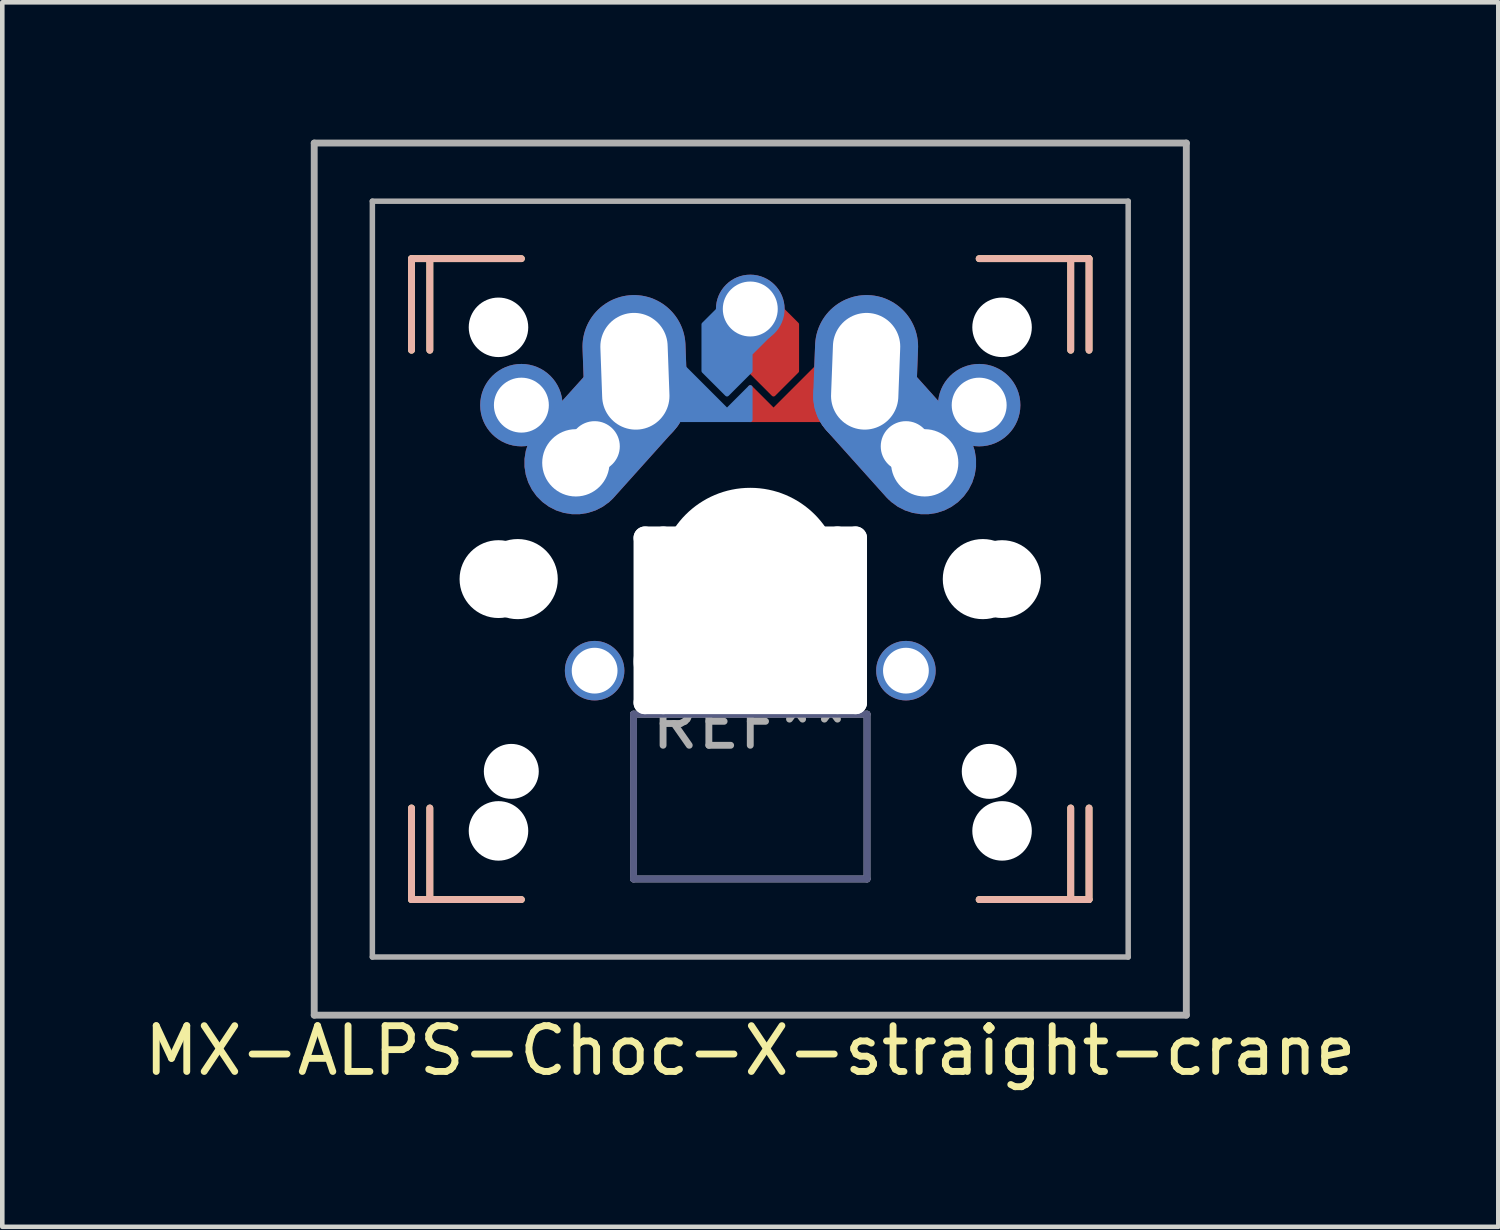
<source format=kicad_pcb>
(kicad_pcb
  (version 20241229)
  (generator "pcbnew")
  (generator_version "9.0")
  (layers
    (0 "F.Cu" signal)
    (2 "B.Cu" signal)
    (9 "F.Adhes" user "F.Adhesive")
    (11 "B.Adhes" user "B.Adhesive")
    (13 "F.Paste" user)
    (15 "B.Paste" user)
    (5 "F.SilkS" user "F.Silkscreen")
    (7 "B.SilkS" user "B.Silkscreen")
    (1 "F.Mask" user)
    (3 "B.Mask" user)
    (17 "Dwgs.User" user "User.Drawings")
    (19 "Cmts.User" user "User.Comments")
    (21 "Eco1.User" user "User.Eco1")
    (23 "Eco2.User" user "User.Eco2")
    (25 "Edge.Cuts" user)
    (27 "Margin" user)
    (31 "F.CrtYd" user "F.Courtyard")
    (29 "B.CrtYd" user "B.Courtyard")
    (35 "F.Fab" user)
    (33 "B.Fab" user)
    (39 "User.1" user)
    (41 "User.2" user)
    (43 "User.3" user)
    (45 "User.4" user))
  (footprint "MX-ALPS-Choc-X-straight-crane"
    (layer "F.Cu")
    (at 15.879 4.52)
    (property "Reference" "MX-ALPS-Choc-X-straight-crane" (at -2.54 15.38 0) (layer "F.SilkS") (effects (font (size 1 1) (thickness 0.15))))
    (attr through_hole)
    (fp_poly (pts (xy 0.076 -0.706) (xy -2.032 1.402) (xy -2.54 0.894) (xy -2.54 1.6) (xy 0.076 1.6)) (stroke (width 0.1) (type solid)) (fill yes) (layer "F.Cu"))
    (fp_poly (pts (xy -2.946 -0.254) (xy -2.54 0.152) (xy -2.54 0.533) (xy -2.032 1.041) (xy -1.524 0.533) (xy -1.524 -0.483) (xy -1.829 -0.787) (xy -2.946 -0.787)) (stroke (width 0.1) (type solid)) (fill yes) (layer "F.Cu"))
    (fp_poly (pts (xy -2.54 1.6) (xy -1.524 1.6) (xy -1.524 0.279) (xy -2.54 0.279)) (stroke (width 0.1) (type solid)) (fill yes) (layer "F.Mask"))
    (fp_poly (pts (xy -5.156 -0.706) (xy -3.048 1.402) (xy -2.54 0.894) (xy -2.54 1.6) (xy -5.156 1.6)) (stroke (width 0.1) (type solid)) (fill yes) (layer "B.Cu"))
    (fp_poly (pts (xy -2.134 -0.254) (xy -2.54 0.152) (xy -2.54 0.533) (xy -3.048 1.041) (xy -3.556 0.533) (xy -3.556 -0.483) (xy -3.251 -0.787) (xy -2.134 -0.787)) (stroke (width 0.1) (type solid)) (fill yes) (layer "B.Cu"))
    (fp_poly (pts (xy -2.54 1.6) (xy -3.556 1.6) (xy -3.556 0.279) (xy -2.54 0.279)) (stroke (width 0.1) (type solid)) (fill yes) (layer "B.Mask"))
    (fp_line (start -9.94 -1.92) (end -9.94 0.08) (stroke (width 0.15) (type solid)) (layer "F.SilkS"))
    (fp_line (start -9.94 10.08) (end -9.94 12.08) (stroke (width 0.15) (type solid)) (layer "F.SilkS"))
    (fp_line (start -9.94 12.08) (end -7.54 12.08) (stroke (width 0.15) (type solid)) (layer "F.SilkS"))
    (fp_line (start -9.54 -1.92) (end -9.54 0.08) (stroke (width 0.15) (type solid)) (layer "F.SilkS"))
    (fp_line (start -9.54 10.08) (end -9.54 12.08) (stroke (width 0.15) (type solid)) (layer "F.SilkS"))
    (fp_line (start -7.54 -1.92) (end -9.94 -1.92) (stroke (width 0.15) (type solid)) (layer "F.SilkS"))
    (fp_line (start 4.46 0.08) (end 4.46 -1.92) (stroke (width 0.15) (type solid)) (layer "F.SilkS"))
    (fp_line (start 4.46 10.08) (end 4.46 12.08) (stroke (width 0.15) (type solid)) (layer "F.SilkS"))
    (fp_line (start 4.86 -1.92) (end 2.46 -1.92) (stroke (width 0.15) (type solid)) (layer "F.SilkS"))
    (fp_line (start 4.86 0.08) (end 4.86 -1.92) (stroke (width 0.15) (type solid)) (layer "F.SilkS"))
    (fp_line (start 4.86 10.08) (end 4.86 12.08) (stroke (width 0.15) (type solid)) (layer "F.SilkS"))
    (fp_line (start 4.86 12.08) (end 2.46 12.08) (stroke (width 0.15) (type solid)) (layer "F.SilkS"))
    (fp_line (start -9.94 -1.92) (end -9.94 0.08) (stroke (width 0.15) (type solid)) (layer "B.SilkS"))
    (fp_line (start -9.94 10.08) (end -9.94 12.08) (stroke (width 0.15) (type solid)) (layer "B.SilkS"))
    (fp_line (start -9.94 12.08) (end -7.54 12.08) (stroke (width 0.15) (type solid)) (layer "B.SilkS"))
    (fp_line (start -9.54 -1.92) (end -9.54 0.08) (stroke (width 0.15) (type solid)) (layer "B.SilkS"))
    (fp_line (start -9.54 10.08) (end -9.54 12.08) (stroke (width 0.15) (type solid)) (layer "B.SilkS"))
    (fp_line (start -7.54 -1.92) (end -9.94 -1.92) (stroke (width 0.15) (type solid)) (layer "B.SilkS"))
    (fp_line (start 2.46 -1.92) (end 4.86 -1.92) (stroke (width 0.15) (type solid)) (layer "B.SilkS"))
    (fp_line (start 2.46 12.08) (end 4.86 12.08) (stroke (width 0.15) (type solid)) (layer "B.SilkS"))
    (fp_line (start 4.46 -1.92) (end 4.46 0.08) (stroke (width 0.15) (type solid)) (layer "B.SilkS"))
    (fp_line (start 4.46 12.08) (end 4.46 10.08) (stroke (width 0.15) (type solid)) (layer "B.SilkS"))
    (fp_line (start 4.86 -1.92) (end 4.86 0.08) (stroke (width 0.15) (type solid)) (layer "B.SilkS"))
    (fp_line (start 4.86 12.08) (end 4.86 10.08) (stroke (width 0.15) (type solid)) (layer "B.SilkS"))
    (fp_line (start -5.09 8.03) (end 0.01 8.03) (stroke (width 0.15) (type solid)) (layer "B.Fab"))
    (fp_line (start -5.09 11.63) (end -5.09 8.03) (stroke (width 0.15) (type solid)) (layer "B.Fab"))
    (fp_line (start 0.01 8.03) (end 0.01 11.63) (stroke (width 0.15) (type solid)) (layer "B.Fab"))
    (fp_line (start 0.01 11.63) (end -5.09 11.63) (stroke (width 0.15) (type solid)) (layer "B.Fab"))
    (fp_line (start -12.065 -4.445) (end 6.985 -4.445) (stroke (width 0.15) (type solid)) (layer "F.Fab"))
    (fp_line (start -12.065 14.605) (end -12.065 -4.445) (stroke (width 0.15) (type solid)) (layer "F.Fab"))
    (fp_line (start -10.795 -3.175) (end 5.715 -3.175) (stroke (width 0.12) (type solid)) (layer "F.Fab"))
    (fp_line (start -10.795 13.335) (end -10.795 -3.175) (stroke (width 0.12) (type solid)) (layer "F.Fab"))
    (fp_line (start -5.09 8.03) (end -5.09 11.63) (stroke (width 0.15) (type solid)) (layer "F.Fab"))
    (fp_line (start -5.09 11.63) (end 0.01 11.63) (stroke (width 0.15) (type solid)) (layer "F.Fab"))
    (fp_line (start 0.01 8.03) (end -5.09 8.03) (stroke (width 0.15) (type solid)) (layer "F.Fab"))
    (fp_line (start 0.01 11.63) (end 0.01 8.03) (stroke (width 0.15) (type solid)) (layer "F.Fab"))
    (fp_line (start 5.715 -3.175) (end 5.715 13.335) (stroke (width 0.12) (type solid)) (layer "F.Fab"))
    (fp_line (start 5.715 13.335) (end -10.795 13.335) (stroke (width 0.12) (type solid)) (layer "F.Fab"))
    (fp_line (start 6.985 -4.445) (end 6.985 14.605) (stroke (width 0.15) (type solid)) (layer "F.Fab"))
    (fp_line (start 6.985 14.605) (end -12.065 14.605) (stroke (width 0.15) (type solid)) (layer "F.Fab"))
    (fp_text user "REF**" (at -2.54 8.255 0) (layer "F.Fab") (effects (font (size 1 1) (thickness 0.15))))
    (pad "" np_thru_hole circle (at -8.04 -0.42 180) (size 1.3 1.3) (drill 1.3) (layers "*.Cu" "*.Mask"))
    (pad "" np_thru_hole circle (at -8.04 5.08 48.1) (size 1.7 1.7) (drill 1.7) (layers "*.Cu" "*.Mask"))
    (pad "" np_thru_hole circle (at -8.04 10.58) (size 1.3 1.3) (drill 1.3) (layers "*.Cu" "*.Mask"))
    (pad "" np_thru_hole circle (at -7.76 9.28 48.1) (size 1.2 1.2) (drill 1.2) (layers "*.Cu" "*.Mask"))
    (pad "" np_thru_hole circle (at -7.62 5.08 48.1) (size 1.75 1.75) (drill 1.75) (layers "*.Cu" "*.Mask"))
    (pad "" np_thru_hole oval (at -4.84 5.98) (size 0.5 4.1) (drill oval 0.5 4.1) (layers "*.Cu" "*.Mask"))
    (pad "" np_thru_hole oval (at -4.44 5.98) (size 0.5 4.1) (drill oval 0.5 4.1) (layers "*.Cu" "*.Mask"))
    (pad "" thru_hole circle (at -2.54 -0.82) (size 1.5 1.5) (drill 1.2) (layers "*.Cu" "*.Mask"))
    (pad "" np_thru_hole oval (at -2.54 4.18) (size 5.1 0.5) (drill oval 5.1 0.5) (layers "*.Cu" "*.Mask"))
    (pad "" np_thru_hole circle (at -2.54 5.08) (size 3.988 3.988) (drill 3.988) (layers "*.Cu" "*.Mask"))
    (pad "" np_thru_hole oval (at -2.54 6.88) (size 5.1 1.5) (drill oval 5.1 1.5) (layers "*.Cu" "*.Mask"))
    (pad "" np_thru_hole oval (at -2.54 7.78) (size 5.1 0.5) (drill oval 5.1 0.5) (layers "*.Cu" "*.Mask"))
    (pad "" np_thru_hole oval (at -0.635 5.979) (size 0.5 4.1) (drill oval 0.5 4.1) (layers "*.Cu" "*.Mask"))
    (pad "" np_thru_hole oval (at -0.24 5.98) (size 0.5 4.1) (drill oval 0.5 4.1) (layers "*.Cu" "*.Mask"))
    (pad "" np_thru_hole circle (at 2.54 5.08 48.1) (size 1.75 1.75) (drill 1.75) (layers "*.Cu" "*.Mask"))
    (pad "" np_thru_hole circle (at 2.68 9.28 131.9) (size 1.2 1.2) (drill 1.2) (layers "*.Cu" "*.Mask"))
    (pad "" np_thru_hole circle (at 2.96 10.58 180) (size 1.3 1.3) (drill 1.3) (layers "*.Cu" "*.Mask"))
    (pad "" np_thru_hole circle (at 2.96 -0.42) (size 1.3 1.3) (drill 1.3) (layers "*.Cu" "*.Mask"))
    (pad "" np_thru_hole circle (at 2.96 5.08 48.1) (size 1.7 1.7) (drill 1.7) (layers "*.Cu" "*.Mask"))
    (pad "1" thru_hole circle (at -5.94 7.08 180) (size 1.3 1.3) (drill 1) (layers "*.Cu" "*.Mask"))
    (pad "1" thru_hole oval (at -0.02 0.54 87.8) (size 3.33 2.25) (drill oval 2.55 1.47) (layers "*.Cu" "*.Mask"))
    (pad "1" thru_hole circle (at 0.86 2.18) (size 1.6 1.6) (drill 1.1) (layers "*.Cu" "*.Mask"))
    (pad "1" thru_hole custom (at 1.27 2.54) (size 2.25 2.25) (drill 1.47) (layers "*.Cu" "*.Mask") (options (anchor circle)) (primitives (gr_line (start -0.99 -1.74) (end 0.31 -0.29) (width 1.4)) (gr_line (start -1.613 -1.161) (end -0.313 0.289) (width 1.4)) (gr_arc (start -1.612831 -1.161515) (mid -1.59937 -1.771553) (end -0.99 -1.74) (width 1.4))))
    (pad "1" thru_hole circle (at 2.46 1.28) (size 1.8 1.8) (drill 1.2) (layers "*.Cu" "*.Mask"))
    (pad "2" thru_hole circle (at -7.54 1.28 180) (size 1.8 1.8) (drill 1.2) (layers "*.Cu" "*.Mask"))
    (pad "2" thru_hole custom (at -6.35 2.54) (size 2.25 2.25) (drill 1.47) (layers "*.Cu" "*.Mask") (options (anchor circle)) (primitives (gr_line (start 1.61 -1.16) (end 0.3 0.3) (width 1.4)) (gr_line (start 1.008 -1.758) (end -0.34 -0.26) (width 1.4)) (gr_arc (start 1.008433 -1.758425) (mid 1.609214 -1.760785) (end 1.61 -1.16) (width 1.4))))
    (pad "2" thru_hole circle (at -5.94 2.18 180) (size 1.6 1.6) (drill 1.1) (layers "*.Cu" "*.Mask"))
    (pad "2" thru_hole oval (at -5.06 0.54 92.1) (size 3.33 2.25) (drill oval 2.551 1.47) (layers "*.Cu" "*.Mask"))
    (pad "2" thru_hole circle (at 0.86 7.08) (size 1.3 1.3) (drill 1) (layers "*.Cu" "*.Mask")))
  (gr_rect
    (start -3 -3)
    (end 29.679 23.748)
    (stroke (width 0.1) (type default))
    (fill no)
    (layer "Edge.Cuts")))
</source>
